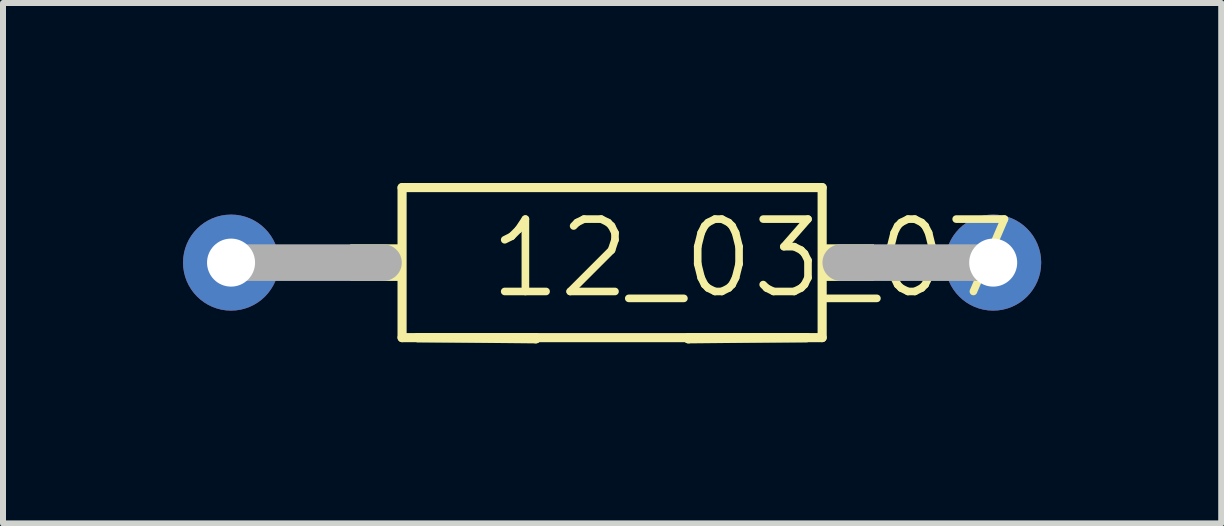
<source format=kicad_pcb>
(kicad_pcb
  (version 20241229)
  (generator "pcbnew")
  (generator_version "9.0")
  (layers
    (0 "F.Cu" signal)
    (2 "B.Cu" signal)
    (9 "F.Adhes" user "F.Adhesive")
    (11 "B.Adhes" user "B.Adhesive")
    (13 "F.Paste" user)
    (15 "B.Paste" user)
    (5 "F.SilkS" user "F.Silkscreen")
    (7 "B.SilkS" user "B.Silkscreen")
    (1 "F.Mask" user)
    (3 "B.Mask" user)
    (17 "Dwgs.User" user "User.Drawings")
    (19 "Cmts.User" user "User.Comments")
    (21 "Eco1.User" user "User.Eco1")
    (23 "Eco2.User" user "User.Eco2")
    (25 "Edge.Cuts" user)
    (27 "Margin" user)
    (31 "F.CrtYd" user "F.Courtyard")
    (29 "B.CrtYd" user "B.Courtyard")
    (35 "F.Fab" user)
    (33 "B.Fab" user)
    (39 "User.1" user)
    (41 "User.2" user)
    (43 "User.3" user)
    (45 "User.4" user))
  (footprint "12_03_07"
    (layer "F.Cu")
    (at 0.8 1.326)
    (property "Reference" "12_03_07" (at 4.247 0.635 0) (layer "F.SilkS") (effects (font (size 1.206 1.206) (thickness 0.127)) (justify left bottom)))
    (attr through_hole)
    (fp_line (start 2.85 1.25) (end 2.85 -1.25) (stroke (width 0.152) (type solid)) (layer "F.SilkS"))
    (fp_line (start 2.85 1.25) (end 5.08 1.25) (stroke (width 0.152) (type solid)) (layer "F.SilkS"))
    (fp_line (start 5.08 1.25) (end 5.08 1.27) (stroke (width 0.152) (type solid)) (layer "F.SilkS"))
    (fp_line (start 5.08 1.27) (end 3.104 1.25) (stroke (width 0.152) (type solid)) (layer "F.SilkS"))
    (fp_line (start 7.62 1.25) (end 9.85 1.25) (stroke (width 0.152) (type solid)) (layer "F.SilkS"))
    (fp_line (start 7.62 1.27) (end 7.62 1.25) (stroke (width 0.152) (type solid)) (layer "F.SilkS"))
    (fp_line (start 9.596 1.25) (end 3.104 1.25) (stroke (width 0.152) (type solid)) (layer "F.SilkS"))
    (fp_line (start 9.596 1.25) (end 7.62 1.27) (stroke (width 0.152) (type solid)) (layer "F.SilkS"))
    (fp_line (start 9.85 -1.25) (end 2.85 -1.25) (stroke (width 0.152) (type solid)) (layer "F.SilkS"))
    (fp_line (start 9.85 1.25) (end 9.85 -1.25) (stroke (width 0.152) (type solid)) (layer "F.SilkS"))
    (fp_poly (pts (xy 1.986 0.305) (xy 2.85 0.305) (xy 2.85 -0.305) (xy 1.986 -0.305)) (stroke (width 0) (type solid)) (fill yes) (layer "F.SilkS"))
    (fp_poly (pts (xy 9.85 0.305) (xy 10.714 0.305) (xy 10.714 -0.305) (xy 9.85 -0.305)) (stroke (width 0) (type solid)) (fill yes) (layer "F.SilkS"))
    (fp_line (start 0 0) (end 2.54 0) (stroke (width 0.61) (type solid)) (layer "F.Fab"))
    (fp_line (start 12.7 0) (end 10.16 0) (stroke (width 0.61) (type solid)) (layer "F.Fab"))
    (pad "1" thru_hole circle (at 0 0) (size 1.6 1.6) (drill 0.8) (layers "*.Cu" "*.Mask"))
    (pad "2" thru_hole circle (at 12.7 0) (size 1.6 1.6) (drill 0.8) (layers "*.Cu" "*.Mask")))
  (gr_rect
    (start -3 -3)
    (end 17.3 5.672)
    (stroke (width 0.1) (type default))
    (fill no)
    (layer "Edge.Cuts")))
</source>
